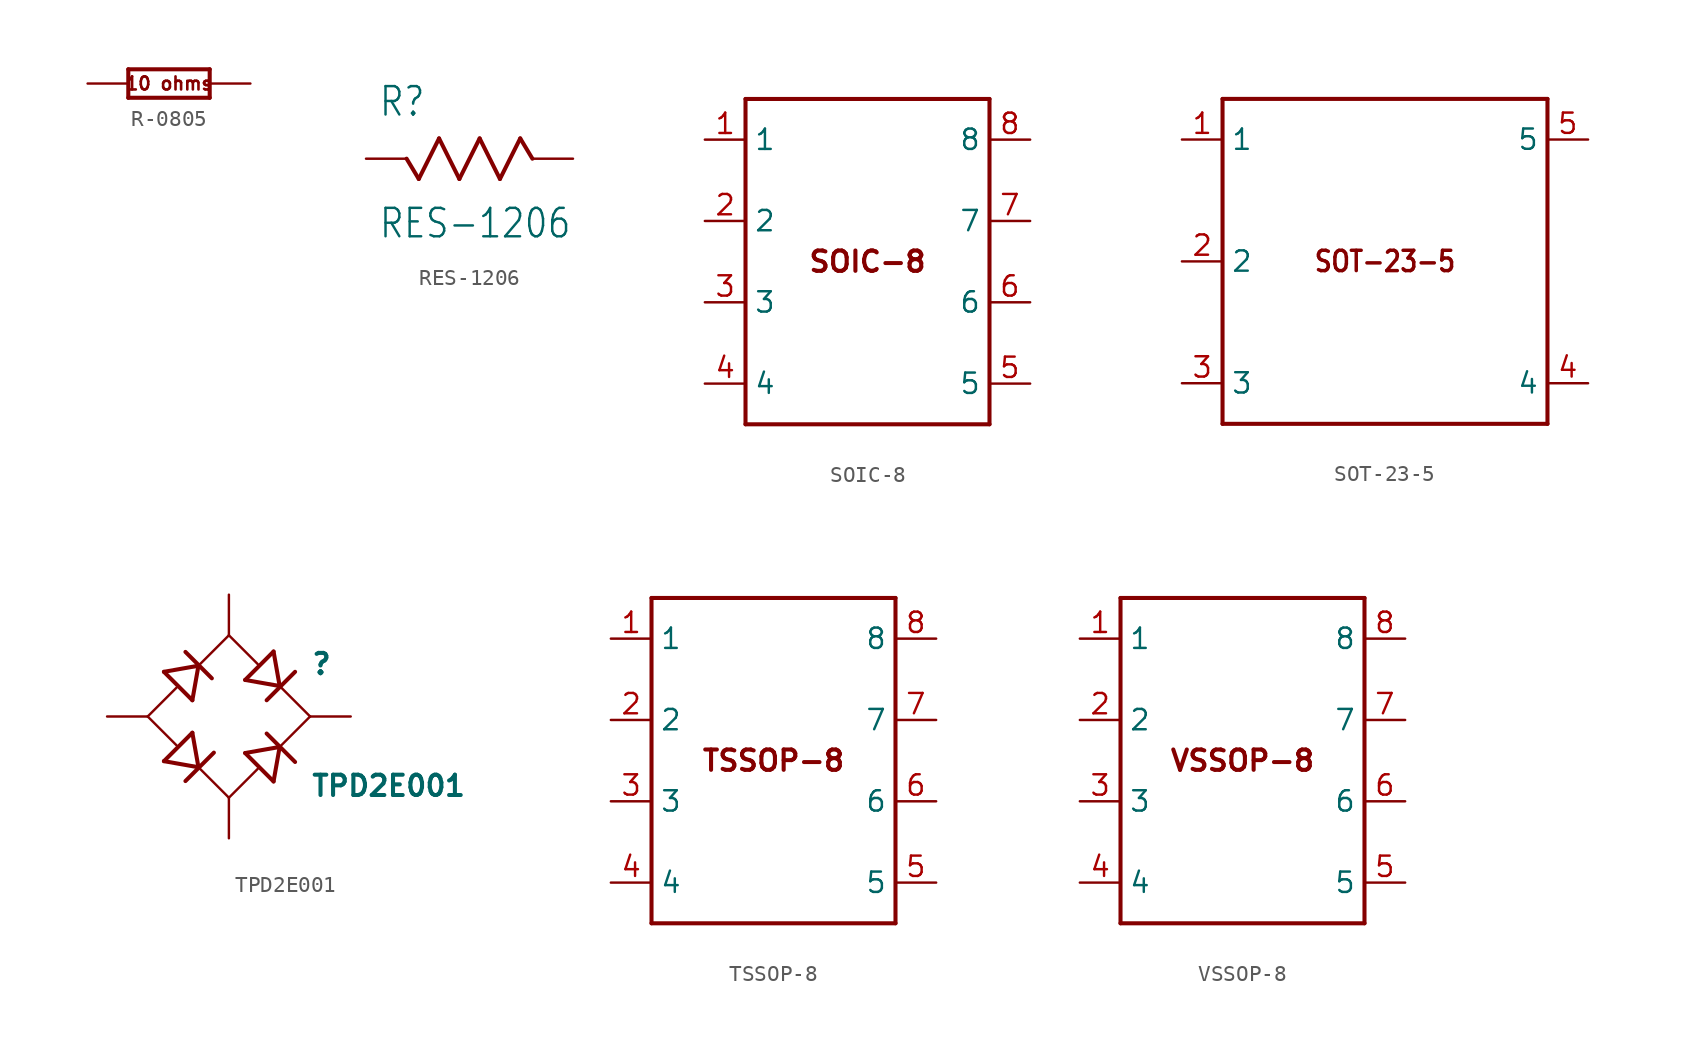
<source format=kicad_sym>
(kicad_symbol_lib
  (version 20211014)
  (generator kicad_symbol_editor)
  (symbol "R-0805"
    (property "Reference" ""
      (at 0 0 0)
      (effects (font (size 1.27 1.27)) hide))
    (property "ki_locked" ""
      (at 0 0 0)
      (effects (font (size 1.27 1.27))))
    (symbol "R-0805_1_0"
      (polyline (pts (xy -2.54 -0.889) (xy -2.54 0.889)) (stroke (width 0.254) (type default) (color 0 0 0 0)) (fill (type none)))
      (polyline (pts (xy -2.54 -0.889) (xy 2.54 -0.889)) (stroke (width 0.254) (type default) (color 0 0 0 0)) (fill (type none)))
      (polyline (pts (xy 2.54 -0.889) (xy 2.54 0.889)) (stroke (width 0.254) (type default) (color 0 0 0 0)) (fill (type none)))
      (polyline (pts (xy 2.54 0.889) (xy -2.54 0.889)) (stroke (width 0.254) (type default) (color 0 0 0 0)) (fill (type none)))
      (text "10 ohms" (at 0 0 0) (effects (font (size 0.813 0.813) (thickness 0.163) bold)))
      (pin passive line (at -5.08 0 0) (length 2.54) (name "1" (effects (font (size 0 0)))) (number "1" (effects (font (size 0 0)))))
      (pin passive line (at 5.08 0 180) (length 2.54) (name "2" (effects (font (size 0 0)))) (number "2" (effects (font (size 0 0)))))))
  (symbol "RES-1206"
    (property "Reference" "R"
      (at -5.08 2.54 0)
      (effects (font (size 1.778 1.511)) (justify left bottom)))
    (property "Value" "RES-1206"
      (at -5.08 -5.08 0)
      (effects (font (size 1.778 1.511)) (justify left bottom)))
    (property "ki_locked" ""
      (at 0 0 0)
      (effects (font (size 1.27 1.27))))
    (symbol "RES-1206_1_0"
      (polyline (pts (xy -2.54 -1.27) (xy -3.302 0)) (stroke (width 0.254) (type default) (color 0 0 0 0)) (fill (type none)))
      (polyline (pts (xy -1.27 1.27) (xy -2.54 -1.27)) (stroke (width 0.254) (type default) (color 0 0 0 0)) (fill (type none)))
      (polyline (pts (xy -1.27 1.27) (xy 0 -1.27)) (stroke (width 0.254) (type default) (color 0 0 0 0)) (fill (type none)))
      (polyline (pts (xy 0 -1.27) (xy 1.27 1.27)) (stroke (width 0.254) (type default) (color 0 0 0 0)) (fill (type none)))
      (polyline (pts (xy 1.27 1.27) (xy 2.54 -1.27)) (stroke (width 0.254) (type default) (color 0 0 0 0)) (fill (type none)))
      (polyline (pts (xy 2.54 -1.27) (xy 3.81 1.27)) (stroke (width 0.254) (type default) (color 0 0 0 0)) (fill (type none)))
      (polyline (pts (xy 3.81 1.27) (xy 4.572 0)) (stroke (width 0.254) (type default) (color 0 0 0 0)) (fill (type none)))
      (pin bidirectional line (at -5.842 0 0) (length 2.54) (name "P$1" (effects (font (size 0 0)))) (number "1" (effects (font (size 0 0)))))
      (pin bidirectional line (at 7.112 0 180) (length 2.54) (name "P$2" (effects (font (size 0 0)))) (number "2" (effects (font (size 0 0)))))))
  (symbol "SOIC-8"
    (property "Reference" ""
      (at 0 0 0)
      (effects (font (size 1.27 1.27)) hide))
    (property "ki_locked" ""
      (at 0 0 0)
      (effects (font (size 1.27 1.27))))
    (symbol "SOIC-8_1_0"
      (polyline (pts (xy -7.62 -10.16) (xy -7.62 10.16)) (stroke (width 0.254) (type default) (color 0 0 0 0)) (fill (type none)))
      (polyline (pts (xy -7.62 10.16) (xy 7.62 10.16)) (stroke (width 0.254) (type default) (color 0 0 0 0)) (fill (type none)))
      (polyline (pts (xy 7.62 -10.16) (xy -7.62 -10.16)) (stroke (width 0.254) (type default) (color 0 0 0 0)) (fill (type none)))
      (polyline (pts (xy 7.62 10.16) (xy 7.62 -10.16)) (stroke (width 0.254) (type default) (color 0 0 0 0)) (fill (type none)))
      (text "SOIC-8" (at 0 0 0) (effects (font (size 1.27 1.27) (thickness 0.254) bold)))
      (pin bidirectional line (at -10.16 7.62 0) (length 2.54) (name "1" (effects (font (size 1.27 1.27)))) (number "1" (effects (font (size 1.27 1.27)))))
      (pin input line (at -10.16 2.54 0) (length 2.54) (name "2" (effects (font (size 1.27 1.27)))) (number "2" (effects (font (size 1.27 1.27)))))
      (pin bidirectional line (at -10.16 -2.54 0) (length 2.54) (name "3" (effects (font (size 1.27 1.27)))) (number "3" (effects (font (size 1.27 1.27)))))
      (pin bidirectional line (at -10.16 -7.62 0) (length 2.54) (name "4" (effects (font (size 1.27 1.27)))) (number "4" (effects (font (size 1.27 1.27)))))
      (pin bidirectional line (at 10.16 -7.62 180) (length 2.54) (name "5" (effects (font (size 1.27 1.27)))) (number "5" (effects (font (size 1.27 1.27)))))
      (pin bidirectional line (at 10.16 -2.54 180) (length 2.54) (name "6" (effects (font (size 1.27 1.27)))) (number "6" (effects (font (size 1.27 1.27)))))
      (pin bidirectional line (at 10.16 2.54 180) (length 2.54) (name "7" (effects (font (size 1.27 1.27)))) (number "7" (effects (font (size 1.27 1.27)))))
      (pin bidirectional line (at 10.16 7.62 180) (length 2.54) (name "8" (effects (font (size 1.27 1.27)))) (number "8" (effects (font (size 1.27 1.27)))))))
  (symbol "SOT-23-5"
    (property "Reference" ""
      (at 0 0 0)
      (effects (font (size 1.27 1.27)) hide))
    (property "ki_locked" ""
      (at 0 0 0)
      (effects (font (size 1.27 1.27))))
    (symbol "SOT-23-5_1_0"
      (polyline (pts (xy -10.16 -10.16) (xy -10.16 10.16)) (stroke (width 0.254) (type default) (color 0 0 0 0)) (fill (type none)))
      (polyline (pts (xy -10.16 10.16) (xy 10.16 10.16)) (stroke (width 0.254) (type default) (color 0 0 0 0)) (fill (type none)))
      (polyline (pts (xy 10.16 -10.16) (xy -10.16 -10.16)) (stroke (width 0.254) (type default) (color 0 0 0 0)) (fill (type none)))
      (polyline (pts (xy 10.16 10.16) (xy 10.16 -10.16)) (stroke (width 0.254) (type default) (color 0 0 0 0)) (fill (type none)))
      (text "SOT-23-5" (at 0 0 0) (effects (font (size 1.27 1.079) (thickness 0.216) bold)))
      (pin bidirectional line (at -12.7 7.62 0) (length 2.54) (name "1" (effects (font (size 1.27 1.27)))) (number "1" (effects (font (size 1.27 1.27)))))
      (pin bidirectional line (at -12.7 0 0) (length 2.54) (name "2" (effects (font (size 1.27 1.27)))) (number "2" (effects (font (size 1.27 1.27)))))
      (pin bidirectional line (at -12.7 -7.62 0) (length 2.54) (name "3" (effects (font (size 1.27 1.27)))) (number "3" (effects (font (size 1.27 1.27)))))
      (pin bidirectional line (at 12.7 -7.62 180) (length 2.54) (name "4" (effects (font (size 1.27 1.27)))) (number "4" (effects (font (size 1.27 1.27)))))
      (pin bidirectional line (at 12.7 7.62 180) (length 2.54) (name "5" (effects (font (size 1.27 1.27)))) (number "5" (effects (font (size 1.27 1.27)))))))
  (symbol "TPD2E001"
    (property "Reference" ""
      (at 5.08 2.54 0)
      (effects (font (size 1.27 1.27) bold) (justify left bottom)))
    (property "Value" "TPD2E001"
      (at 5.08 -5.08 0)
      (effects (font (size 1.27 1.27) bold) (justify left bottom)))
    (property "ki_locked" ""
      (at 0 0 0)
      (effects (font (size 1.27 1.27))))
    (symbol "TPD2E001_1_0"
      (polyline (pts (xy -5.08 0) (xy -3.277 1.803)) (stroke (width 0.152) (type default) (color 0 0 0 0)) (fill (type none)))
      (polyline (pts (xy -4.064 -2.794) (xy -2.286 -1.016)) (stroke (width 0.254) (type default) (color 0 0 0 0)) (fill (type none)))
      (polyline (pts (xy -4.064 2.794) (xy -2.286 1.016)) (stroke (width 0.254) (type default) (color 0 0 0 0)) (fill (type none)))
      (polyline (pts (xy -3.277 -1.803) (xy -5.08 0)) (stroke (width 0.152) (type default) (color 0 0 0 0)) (fill (type none)))
      (polyline (pts (xy -2.718 -4.039) (xy -0.94 -2.261)) (stroke (width 0.254) (type default) (color 0 0 0 0)) (fill (type none)))
      (polyline (pts (xy -2.718 4.039) (xy -1.067 2.388)) (stroke (width 0.254) (type default) (color 0 0 0 0)) (fill (type none)))
      (polyline (pts (xy -1.905 -3.175) (xy -4.064 -2.794)) (stroke (width 0.254) (type default) (color 0 0 0 0)) (fill (type none)))
      (polyline (pts (xy -1.905 -3.175) (xy -2.286 -1.016)) (stroke (width 0.254) (type default) (color 0 0 0 0)) (fill (type none)))
      (polyline (pts (xy -1.905 3.175) (xy -4.064 2.794)) (stroke (width 0.254) (type default) (color 0 0 0 0)) (fill (type none)))
      (polyline (pts (xy -1.905 3.175) (xy -2.286 1.016)) (stroke (width 0.254) (type default) (color 0 0 0 0)) (fill (type none)))
      (polyline (pts (xy -1.905 3.175) (xy 0 5.08)) (stroke (width 0.152) (type default) (color 0 0 0 0)) (fill (type none)))
      (polyline (pts (xy 0 -5.08) (xy -1.905 -3.175)) (stroke (width 0.152) (type default) (color 0 0 0 0)) (fill (type none)))
      (polyline (pts (xy 0 -5.08) (xy 1.803 -3.277)) (stroke (width 0.152) (type default) (color 0 0 0 0)) (fill (type none)))
      (polyline (pts (xy 0 5.08) (xy 1.803 3.277)) (stroke (width 0.152) (type default) (color 0 0 0 0)) (fill (type none)))
      (polyline (pts (xy 1.016 -2.286) (xy 2.794 -4.064)) (stroke (width 0.254) (type default) (color 0 0 0 0)) (fill (type none)))
      (polyline (pts (xy 1.016 2.286) (xy 2.794 4.064)) (stroke (width 0.254) (type default) (color 0 0 0 0)) (fill (type none)))
      (polyline (pts (xy 2.362 -1.067) (xy 4.14 -2.845)) (stroke (width 0.254) (type default) (color 0 0 0 0)) (fill (type none)))
      (polyline (pts (xy 2.362 1.016) (xy 4.14 2.794)) (stroke (width 0.254) (type default) (color 0 0 0 0)) (fill (type none)))
      (polyline (pts (xy 3.175 -1.905) (xy 1.016 -2.286)) (stroke (width 0.254) (type default) (color 0 0 0 0)) (fill (type none)))
      (polyline (pts (xy 3.175 -1.905) (xy 2.794 -4.064)) (stroke (width 0.254) (type default) (color 0 0 0 0)) (fill (type none)))
      (polyline (pts (xy 3.175 1.905) (xy 1.016 2.286)) (stroke (width 0.254) (type default) (color 0 0 0 0)) (fill (type none)))
      (polyline (pts (xy 3.175 1.905) (xy 2.794 4.064)) (stroke (width 0.254) (type default) (color 0 0 0 0)) (fill (type none)))
      (polyline (pts (xy 3.175 1.905) (xy 5.08 0)) (stroke (width 0.152) (type default) (color 0 0 0 0)) (fill (type none)))
      (polyline (pts (xy 5.08 0) (xy 3.175 -1.905)) (stroke (width 0.152) (type default) (color 0 0 0 0)) (fill (type none)))
      (pin passive line (at -7.62 0 0) (length 2.54) (name "-" (effects (font (size 0 0)))) (number "1" (effects (font (size 0 0)))))
      (pin passive line (at 0 7.62 270) (length 2.54) (name "AC1" (effects (font (size 0 0)))) (number "2" (effects (font (size 0 0)))))
      (pin passive line (at 0 -7.62 90) (length 2.54) (name "AC2" (effects (font (size 0 0)))) (number "3" (effects (font (size 0 0)))))
      (pin passive line (at 7.62 0 180) (length 2.54) (name "+" (effects (font (size 0 0)))) (number "4" (effects (font (size 0 0)))))))
  (symbol "TSSOP-8"
    (property "Reference" ""
      (at 0 0 0)
      (effects (font (size 1.27 1.27)) hide))
    (property "ki_locked" ""
      (at 0 0 0)
      (effects (font (size 1.27 1.27))))
    (symbol "TSSOP-8_1_0"
      (polyline (pts (xy -7.62 -10.16) (xy -7.62 10.16)) (stroke (width 0.254) (type default) (color 0 0 0 0)) (fill (type none)))
      (polyline (pts (xy -7.62 10.16) (xy 7.62 10.16)) (stroke (width 0.254) (type default) (color 0 0 0 0)) (fill (type none)))
      (polyline (pts (xy 7.62 -10.16) (xy -7.62 -10.16)) (stroke (width 0.254) (type default) (color 0 0 0 0)) (fill (type none)))
      (polyline (pts (xy 7.62 10.16) (xy 7.62 -10.16)) (stroke (width 0.254) (type default) (color 0 0 0 0)) (fill (type none)))
      (text "TSSOP-8" (at 0 0 0) (effects (font (size 1.27 1.27) (thickness 0.254) bold)))
      (pin bidirectional line (at -10.16 7.62 0) (length 2.54) (name "1" (effects (font (size 1.27 1.27)))) (number "1" (effects (font (size 1.27 1.27)))))
      (pin input line (at -10.16 2.54 0) (length 2.54) (name "2" (effects (font (size 1.27 1.27)))) (number "2" (effects (font (size 1.27 1.27)))))
      (pin bidirectional line (at -10.16 -2.54 0) (length 2.54) (name "3" (effects (font (size 1.27 1.27)))) (number "3" (effects (font (size 1.27 1.27)))))
      (pin bidirectional line (at -10.16 -7.62 0) (length 2.54) (name "4" (effects (font (size 1.27 1.27)))) (number "4" (effects (font (size 1.27 1.27)))))
      (pin bidirectional line (at 10.16 -7.62 180) (length 2.54) (name "5" (effects (font (size 1.27 1.27)))) (number "5" (effects (font (size 1.27 1.27)))))
      (pin bidirectional line (at 10.16 -2.54 180) (length 2.54) (name "6" (effects (font (size 1.27 1.27)))) (number "6" (effects (font (size 1.27 1.27)))))
      (pin bidirectional line (at 10.16 2.54 180) (length 2.54) (name "7" (effects (font (size 1.27 1.27)))) (number "7" (effects (font (size 1.27 1.27)))))
      (pin bidirectional line (at 10.16 7.62 180) (length 2.54) (name "8" (effects (font (size 1.27 1.27)))) (number "8" (effects (font (size 1.27 1.27)))))))
  (symbol "VSSOP-8"
    (property "Reference" ""
      (at 0 0 0)
      (effects (font (size 1.27 1.27)) hide))
    (property "ki_locked" ""
      (at 0 0 0)
      (effects (font (size 1.27 1.27))))
    (symbol "VSSOP-8_1_0"
      (polyline (pts (xy -7.62 -10.16) (xy -7.62 10.16)) (stroke (width 0.254) (type default) (color 0 0 0 0)) (fill (type none)))
      (polyline (pts (xy -7.62 10.16) (xy 7.62 10.16)) (stroke (width 0.254) (type default) (color 0 0 0 0)) (fill (type none)))
      (polyline (pts (xy 7.62 -10.16) (xy -7.62 -10.16)) (stroke (width 0.254) (type default) (color 0 0 0 0)) (fill (type none)))
      (polyline (pts (xy 7.62 10.16) (xy 7.62 -10.16)) (stroke (width 0.254) (type default) (color 0 0 0 0)) (fill (type none)))
      (text "VSSOP-8" (at 0 0 0) (effects (font (size 1.27 1.27) (thickness 0.254) bold)))
      (pin bidirectional line (at -10.16 7.62 0) (length 2.54) (name "1" (effects (font (size 1.27 1.27)))) (number "1" (effects (font (size 1.27 1.27)))))
      (pin input line (at -10.16 2.54 0) (length 2.54) (name "2" (effects (font (size 1.27 1.27)))) (number "2" (effects (font (size 1.27 1.27)))))
      (pin bidirectional line (at -10.16 -2.54 0) (length 2.54) (name "3" (effects (font (size 1.27 1.27)))) (number "3" (effects (font (size 1.27 1.27)))))
      (pin bidirectional line (at -10.16 -7.62 0) (length 2.54) (name "4" (effects (font (size 1.27 1.27)))) (number "4" (effects (font (size 1.27 1.27)))))
      (pin bidirectional line (at 10.16 -7.62 180) (length 2.54) (name "5" (effects (font (size 1.27 1.27)))) (number "5" (effects (font (size 1.27 1.27)))))
      (pin bidirectional line (at 10.16 -2.54 180) (length 2.54) (name "6" (effects (font (size 1.27 1.27)))) (number "6" (effects (font (size 1.27 1.27)))))
      (pin bidirectional line (at 10.16 2.54 180) (length 2.54) (name "7" (effects (font (size 1.27 1.27)))) (number "7" (effects (font (size 1.27 1.27)))))
      (pin bidirectional line (at 10.16 7.62 180) (length 2.54) (name "8" (effects (font (size 1.27 1.27)))) (number "8" (effects (font (size 1.27 1.27))))))))
</source>
